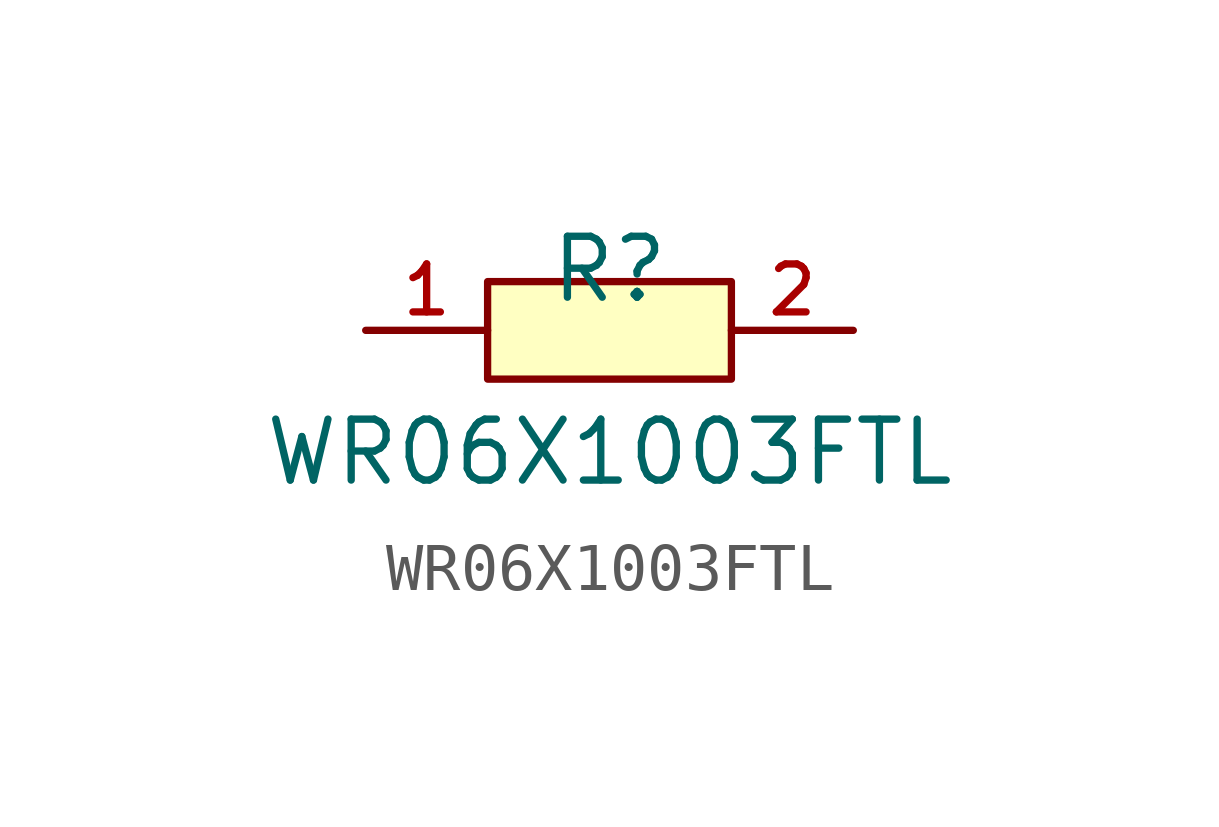
<source format=kicad_sym>
(kicad_symbol_lib
  (version 20210201)
  (generator TousstNicolas/JLC2KiCad_lib)
  (symbol "WR06X1003FTL"
    (pin_names hide)
    (property "Reference" "R"
      (at 0 1.27 0)
      (effects (font (size 1.27 1.27))))
    (property "Value" "WR06X1003FTL"
      (at 0 -2.54 0)
      (effects (font (size 1.27 1.27))))
    (symbol "WR06X1003FTL_0_1"
      (pin input line (at 5.08 -0.0 180) (length 2.54) (name "2" (effects (font (size 1 1)))) (number "2" (effects (font (size 1 1)))))
      (pin input line (at -5.08 -0.0 0) (length 2.54) (name "1" (effects (font (size 1 1)))) (number "1" (effects (font (size 1 1)))))
      (rectangle (start -2.54 1.016) (end 2.54 -1.016) (stroke (width 0) (type default) (color 0 0 0 0)) (fill (type background))))))
</source>
